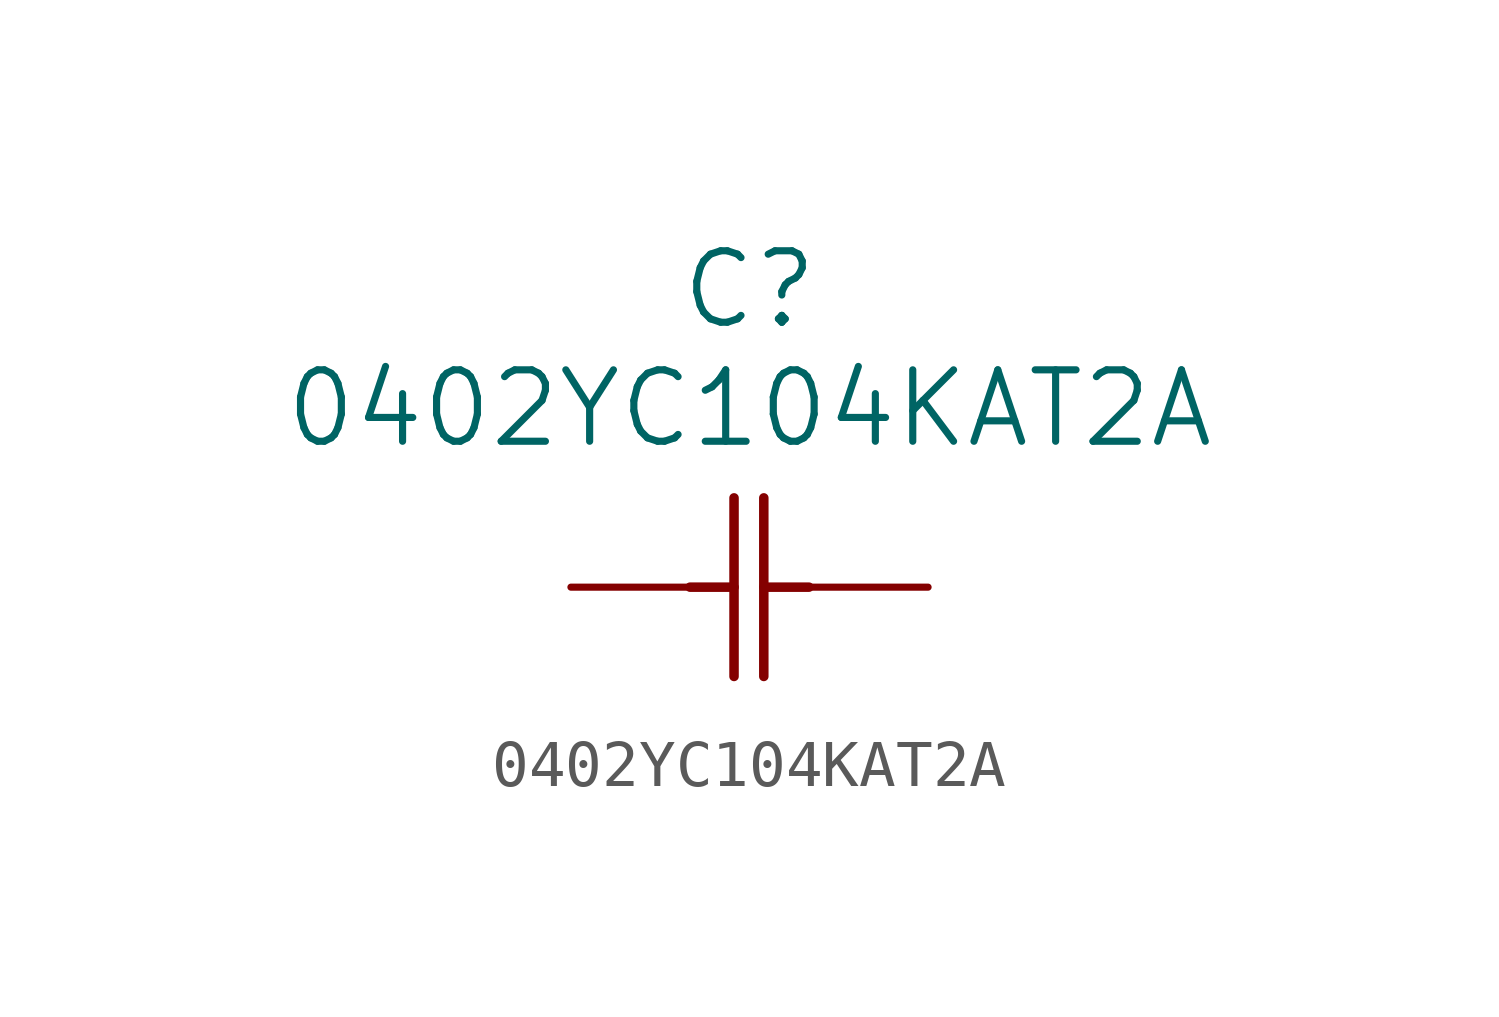
<source format=kicad_sym>
(kicad_symbol_lib
  (version 20220328)
  (generator kicad_symbol_editor)
  (symbol "0402YC104KAT2A"
    (pin_numbers hide)
    (pin_names
      (offset 1.651) hide)
    (property "Reference" "C"
      (at 0 6.35 0)
      (effects (font (size 1.524 1.524))))
    (property "Value" "0402YC104KAT2A"
      (at 0 3.81 0)
      (effects (font (size 1.524 1.524))))
    (symbol "0402YC104KAT2A_1_1"
      (polyline (pts (xy -1.27 0) (xy -0.33 0)) (stroke (width 0.203) (type solid)) (fill (type none)))
      (polyline (pts (xy -0.33 -1.905) (xy -0.33 1.905)) (stroke (width 0.203) (type solid)) (fill (type none)))
      (polyline (pts (xy 0.305 -1.905) (xy 0.305 1.905)) (stroke (width 0.203) (type solid)) (fill (type none)))
      (polyline (pts (xy 0.305 0) (xy 1.27 0)) (stroke (width 0.203) (type solid)) (fill (type none)))
      (pin unspecified line (at -3.81 0 0) (length 2.54) (name "~" (effects (font (size 1.499 1.499)))) (number "1" (effects (font (size 1.499 1.499)))))
      (pin unspecified line (at 3.81 0 180) (length 2.54) (name "~" (effects (font (size 1.499 1.499)))) (number "2" (effects (font (size 1.499 1.499))))))))
</source>
